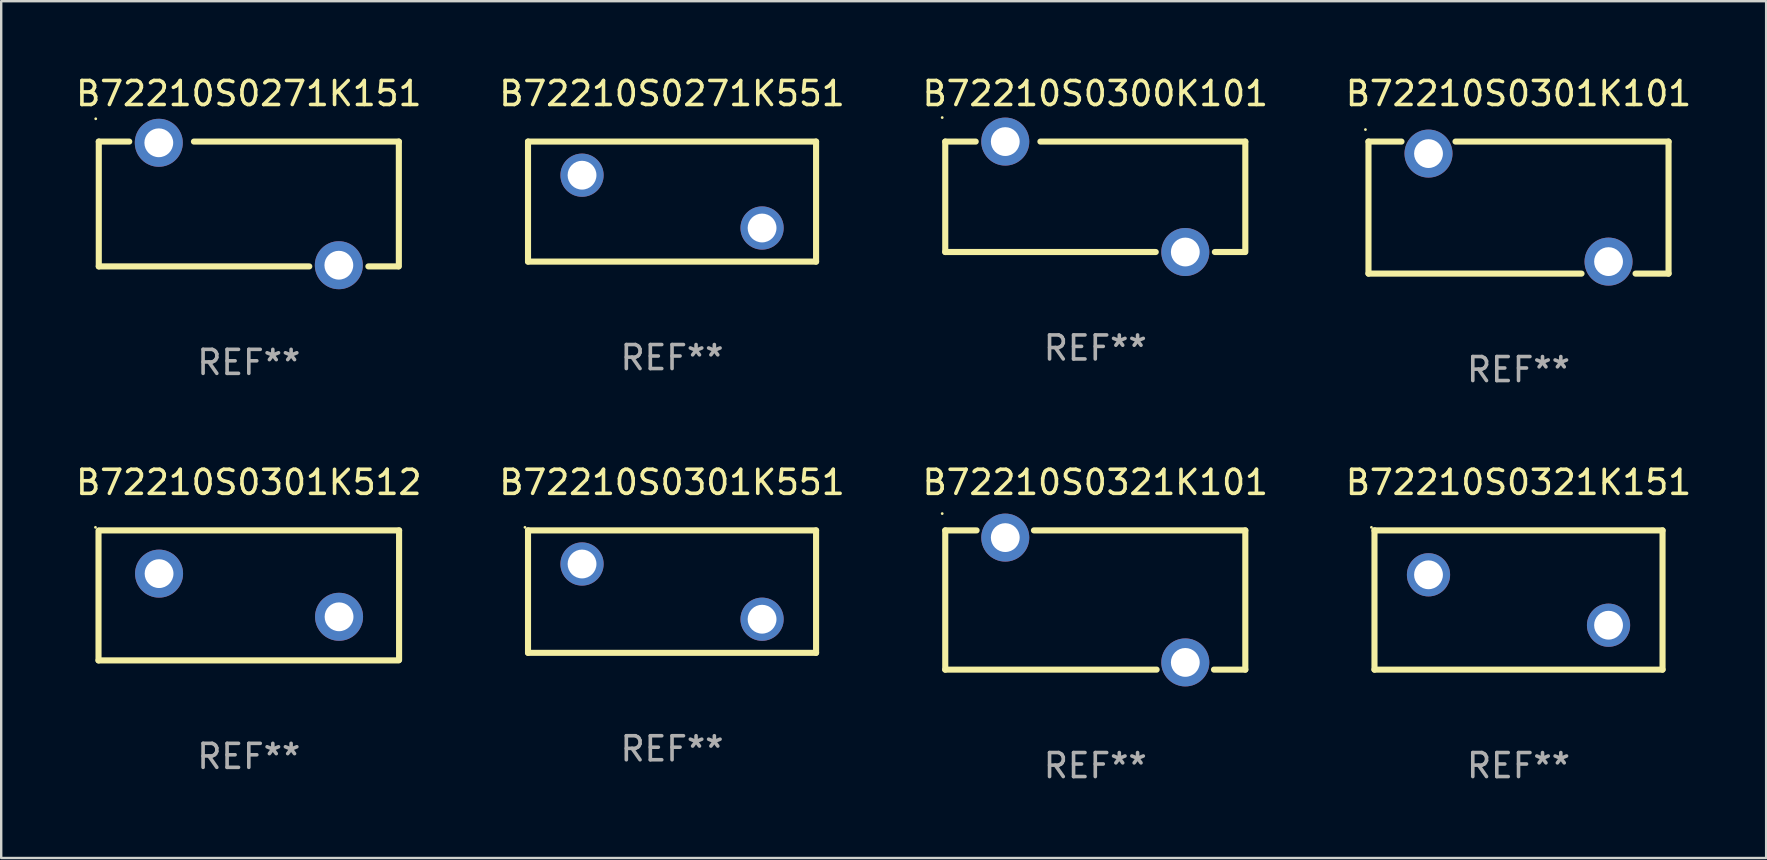
<source format=kicad_pcb>
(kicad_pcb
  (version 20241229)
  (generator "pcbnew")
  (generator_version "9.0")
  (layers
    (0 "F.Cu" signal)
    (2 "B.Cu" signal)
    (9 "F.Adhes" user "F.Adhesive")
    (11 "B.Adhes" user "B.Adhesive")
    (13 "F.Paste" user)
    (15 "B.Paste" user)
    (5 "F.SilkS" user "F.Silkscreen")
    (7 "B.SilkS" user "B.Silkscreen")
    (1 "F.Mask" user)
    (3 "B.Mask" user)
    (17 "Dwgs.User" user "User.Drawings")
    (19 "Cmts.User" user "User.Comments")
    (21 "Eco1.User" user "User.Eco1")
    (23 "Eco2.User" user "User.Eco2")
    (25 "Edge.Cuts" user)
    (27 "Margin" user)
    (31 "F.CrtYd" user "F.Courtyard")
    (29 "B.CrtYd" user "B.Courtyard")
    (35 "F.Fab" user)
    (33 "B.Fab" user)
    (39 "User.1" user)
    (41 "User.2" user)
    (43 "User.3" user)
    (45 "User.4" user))
  (footprint "B72210S0301K101"
    (layer "F.Cu")
    (at 60.208 5.598)
    (property "Reference" "B72210S0301K101" (at 0 -4.75 0) (layer "F.SilkS") (effects (font (size 1 1) (thickness 0.15))))
    (attr through_hole)
    (fp_line (start -6.25 -2.75) (end -4.875 -2.75) (stroke (width 0.254) (type solid)) (layer "F.SilkS"))
    (fp_line (start -6.25 2.75) (end -6.25 -2.75) (stroke (width 0.254) (type solid)) (layer "F.SilkS"))
    (fp_line (start -6.25 2.75) (end 2.625 2.75) (stroke (width 0.254) (type solid)) (layer "F.SilkS"))
    (fp_line (start -2.625 -2.75) (end 6.25 -2.75) (stroke (width 0.254) (type solid)) (layer "F.SilkS"))
    (fp_line (start 4.875 2.75) (end 6.25 2.75) (stroke (width 0.254) (type solid)) (layer "F.SilkS"))
    (fp_line (start 6.25 -2.75) (end 6.25 2.75) (stroke (width 0.254) (type solid)) (layer "F.SilkS"))
    (fp_circle (center -6.377 -3.25) (end -6.347 -3.25) (stroke (width 0.06) (type solid)) (fill no) (layer "F.SilkS"))
    (fp_text user "REF**" (at 0 6.75 0) (layer "F.Fab") (effects (font (size 1 1) (thickness 0.15))))
    (pad "1" thru_hole circle (at -3.75 -2.25) (size 2 2) (drill 1.2) (layers "*.Cu" "*.Mask"))
    (pad "2" thru_hole circle (at 3.75 2.25) (size 2 2) (drill 1.2) (layers "*.Cu" "*.Mask")))
  (footprint "B72210S0300K101"
    (layer "F.Cu")
    (at 42.577 5.148)
    (property "Reference" "B72210S0300K101" (at 0 -4.3 0) (layer "F.SilkS") (effects (font (size 1 1) (thickness 0.15))))
    (attr through_hole)
    (fp_line (start -6.25 -2.3) (end -6.25 2.3) (stroke (width 0.254) (type solid)) (layer "F.SilkS"))
    (fp_line (start -6.25 -2.3) (end -4.981 -2.3) (stroke (width 0.254) (type solid)) (layer "F.SilkS"))
    (fp_line (start -6.25 2.3) (end 2.519 2.3) (stroke (width 0.254) (type solid)) (layer "F.SilkS"))
    (fp_line (start 4.981 2.3) (end 6.223 2.3) (stroke (width 0.254) (type solid)) (layer "F.SilkS"))
    (fp_line (start 6.25 -2.3) (end -2.286 -2.3) (stroke (width 0.254) (type solid)) (layer "F.SilkS"))
    (fp_line (start 6.25 -2.3) (end 6.25 2.3) (stroke (width 0.254) (type solid)) (layer "F.SilkS"))
    (fp_circle (center -6.377 -3.3) (end -6.347 -3.3) (stroke (width 0.06) (type solid)) (fill no) (layer "F.SilkS"))
    (fp_text user "REF**" (at 0 6.3 0) (layer "F.Fab") (effects (font (size 1 1) (thickness 0.15))))
    (pad "1" thru_hole circle (at -3.75 -2.3) (size 2 2) (drill 1.2) (layers "*.Cu" "*.Mask"))
    (pad "2" thru_hole circle (at 3.75 2.3) (size 2 2) (drill 1.2) (layers "*.Cu" "*.Mask")))
  (footprint "B72210S0271K151"
    (layer "F.Cu")
    (at 7.315 5.448)
    (property "Reference" "B72210S0271K151" (at 0 -4.6 0) (layer "F.SilkS") (effects (font (size 1 1) (thickness 0.15))))
    (attr through_hole)
    (fp_line (start -6.25 -2.6) (end -6.25 2.6) (stroke (width 0.254) (type solid)) (layer "F.SilkS"))
    (fp_line (start -6.25 -2.6) (end -4.981 -2.6) (stroke (width 0.254) (type solid)) (layer "F.SilkS"))
    (fp_line (start -6.25 2.6) (end 2.519 2.6) (stroke (width 0.254) (type solid)) (layer "F.SilkS"))
    (fp_line (start 4.981 2.6) (end 6.223 2.6) (stroke (width 0.254) (type solid)) (layer "F.SilkS"))
    (fp_line (start 6.25 -2.6) (end -2.286 -2.6) (stroke (width 0.254) (type solid)) (layer "F.SilkS"))
    (fp_line (start 6.25 -2.6) (end 6.25 2.6) (stroke (width 0.254) (type solid)) (layer "F.SilkS"))
    (fp_circle (center -6.377 -3.55) (end -6.347 -3.55) (stroke (width 0.06) (type solid)) (fill no) (layer "F.SilkS"))
    (fp_text user "REF**" (at 0 6.6 0) (layer "F.Fab") (effects (font (size 1 1) (thickness 0.15))))
    (pad "1" thru_hole circle (at -3.75 -2.55) (size 2 2) (drill 1.2) (layers "*.Cu" "*.Mask"))
    (pad "2" thru_hole circle (at 3.75 2.55) (size 2 2) (drill 1.2) (layers "*.Cu" "*.Mask")))
  (footprint "B72210S0301K551"
    (layer "F.Cu")
    (at 24.946 21.595)
    (property "Reference" "B72210S0301K551" (at 0 -4.55 0) (layer "F.SilkS") (effects (font (size 1 1) (thickness 0.15))))
    (attr through_hole)
    (fp_line (start -6 -2.55) (end 6 -2.55) (stroke (width 0.254) (type solid)) (layer "F.SilkS"))
    (fp_line (start -6 2.55) (end -6 -2.55) (stroke (width 0.254) (type solid)) (layer "F.SilkS"))
    (fp_line (start 6 -2.55) (end 6 2.55) (stroke (width 0.254) (type solid)) (layer "F.SilkS"))
    (fp_line (start 6 2.55) (end -6 2.55) (stroke (width 0.254) (type solid)) (layer "F.SilkS"))
    (fp_circle (center -6.127 -2.677) (end -6.097 -2.677) (stroke (width 0.06) (type solid)) (fill no) (layer "F.SilkS"))
    (fp_text user "REF**" (at 0 6.55 0) (layer "F.Fab") (effects (font (size 1 1) (thickness 0.15))))
    (pad "1" thru_hole circle (at -3.75 -1.15) (size 1.8 1.8) (drill 1.2) (layers "*.Cu" "*.Mask"))
    (pad "2" thru_hole circle (at 3.75 1.15) (size 1.8 1.8) (drill 1.2) (layers "*.Cu" "*.Mask")))
  (footprint "B72210S0301K512"
    (layer "F.Cu")
    (at 7.315 21.753)
    (property "Reference" "B72210S0301K512" (at 0 -4.708 0) (layer "F.SilkS") (effects (font (size 1 1) (thickness 0.15))))
    (attr through_hole)
    (fp_line (start -6.261 2.708) (end -6.261 -2.692) (stroke (width 0.254) (type solid)) (layer "F.SilkS"))
    (fp_line (start -6.24 -2.708) (end 6.261 -2.708) (stroke (width 0.254) (type solid)) (layer "F.SilkS"))
    (fp_line (start 6.241 2.708) (end -6.261 2.708) (stroke (width 0.254) (type solid)) (layer "F.SilkS"))
    (fp_line (start 6.26 -2.708) (end 6.26 2.692) (stroke (width 0.254) (type solid)) (layer "F.SilkS"))
    (fp_circle (center -6.388 -2.835) (end -6.358 -2.835) (stroke (width 0.06) (type solid)) (fill no) (layer "F.SilkS"))
    (fp_text user "REF**" (at 0 6.708 0) (layer "F.Fab") (effects (font (size 1 1) (thickness 0.15))))
    (pad "1" thru_hole circle (at -3.739 -0.907) (size 2 2) (drill 1.2) (layers "*.Cu" "*.Mask"))
    (pad "2" thru_hole circle (at 3.759 0.891) (size 2 2) (drill 1.2) (layers "*.Cu" "*.Mask")))
  (footprint "B72210S0271K551"
    (layer "F.Cu")
    (at 24.946 5.348)
    (property "Reference" "B72210S0271K551" (at 0 -4.5 0) (layer "F.SilkS") (effects (font (size 1 1) (thickness 0.15))))
    (attr through_hole)
    (fp_line (start -6 -2.5) (end 6 -2.5) (stroke (width 0.254) (type solid)) (layer "F.SilkS"))
    (fp_line (start -6 2.5) (end -6 -2.5) (stroke (width 0.254) (type solid)) (layer "F.SilkS"))
    (fp_line (start 6 -2.5) (end 6 2.5) (stroke (width 0.254) (type solid)) (layer "F.SilkS"))
    (fp_line (start 6 2.5) (end -6 2.5) (stroke (width 0.254) (type solid)) (layer "F.SilkS"))
    (fp_circle (center -6 -2.5) (end -5.97 -2.5) (stroke (width 0.06) (type solid)) (fill no) (layer "F.SilkS"))
    (fp_text user "REF**" (at 0 6.5 0) (layer "F.Fab") (effects (font (size 1 1) (thickness 0.15))))
    (pad "1" thru_hole circle (at -3.75 -1.1) (size 1.8 1.8) (drill 1.2) (layers "*.Cu" "*.Mask"))
    (pad "2" thru_hole circle (at 3.75 1.1) (size 1.8 1.8) (drill 1.2) (layers "*.Cu" "*.Mask")))
  (footprint "B72210S0321K151"
    (layer "F.Cu")
    (at 60.208 21.945)
    (property "Reference" "B72210S0321K151" (at 0 -4.9 0) (layer "F.SilkS") (effects (font (size 1 1) (thickness 0.15))))
    (attr through_hole)
    (fp_line (start -6 -2.9) (end 6 -2.9) (stroke (width 0.254) (type solid)) (layer "F.SilkS"))
    (fp_line (start -6 2.9) (end -6 -2.9) (stroke (width 0.254) (type solid)) (layer "F.SilkS"))
    (fp_line (start 6 -2.9) (end 6 2.9) (stroke (width 0.254) (type solid)) (layer "F.SilkS"))
    (fp_line (start 6 2.9) (end -6 2.9) (stroke (width 0.254) (type solid)) (layer "F.SilkS"))
    (fp_circle (center -6.127 -3.027) (end -6.097 -3.027) (stroke (width 0.06) (type solid)) (fill no) (layer "F.SilkS"))
    (fp_text user "REF**" (at 0 6.9 0) (layer "F.Fab") (effects (font (size 1 1) (thickness 0.15))))
    (pad "1" thru_hole circle (at -3.75 -1.05) (size 1.8 1.8) (drill 1.2) (layers "*.Cu" "*.Mask"))
    (pad "2" thru_hole circle (at 3.75 1.05) (size 1.8 1.8) (drill 1.2) (layers "*.Cu" "*.Mask")))
  (footprint "B72210S0321K101"
    (layer "F.Cu")
    (at 42.577 21.945)
    (property "Reference" "B72210S0321K101" (at 0 -4.9 0) (layer "F.SilkS") (effects (font (size 1 1) (thickness 0.15))))
    (attr through_hole)
    (fp_line (start -6.25 -2.9) (end -6.25 2.9) (stroke (width 0.254) (type solid)) (layer "F.SilkS"))
    (fp_line (start -6.25 -2.9) (end -4.944 -2.9) (stroke (width 0.254) (type solid)) (layer "F.SilkS"))
    (fp_line (start -6.25 2.9) (end 2.556 2.9) (stroke (width 0.254) (type solid)) (layer "F.SilkS"))
    (fp_line (start -2.556 -2.9) (end 6.25 -2.9) (stroke (width 0.254) (type solid)) (layer "F.SilkS"))
    (fp_line (start 4.944 2.9) (end 6.25 2.9) (stroke (width 0.254) (type solid)) (layer "F.SilkS"))
    (fp_line (start 6.25 -2.9) (end 6.25 2.9) (stroke (width 0.254) (type solid)) (layer "F.SilkS"))
    (fp_circle (center -6.377 -3.6) (end -6.347 -3.6) (stroke (width 0.06) (type solid)) (fill no) (layer "F.SilkS"))
    (fp_text user "REF**" (at 0 6.9 0) (layer "F.Fab") (effects (font (size 1 1) (thickness 0.15))))
    (pad "1" thru_hole circle (at -3.75 -2.6) (size 2 2) (drill 1.2) (layers "*.Cu" "*.Mask"))
    (pad "2" thru_hole circle (at 3.75 2.6) (size 2 2) (drill 1.2) (layers "*.Cu" "*.Mask")))
  (gr_rect
    (start -3 -3)
    (end 70.524 32.693)
    (stroke (width 0.1) (type default))
    (fill no)
    (layer "Edge.Cuts")))
</source>
